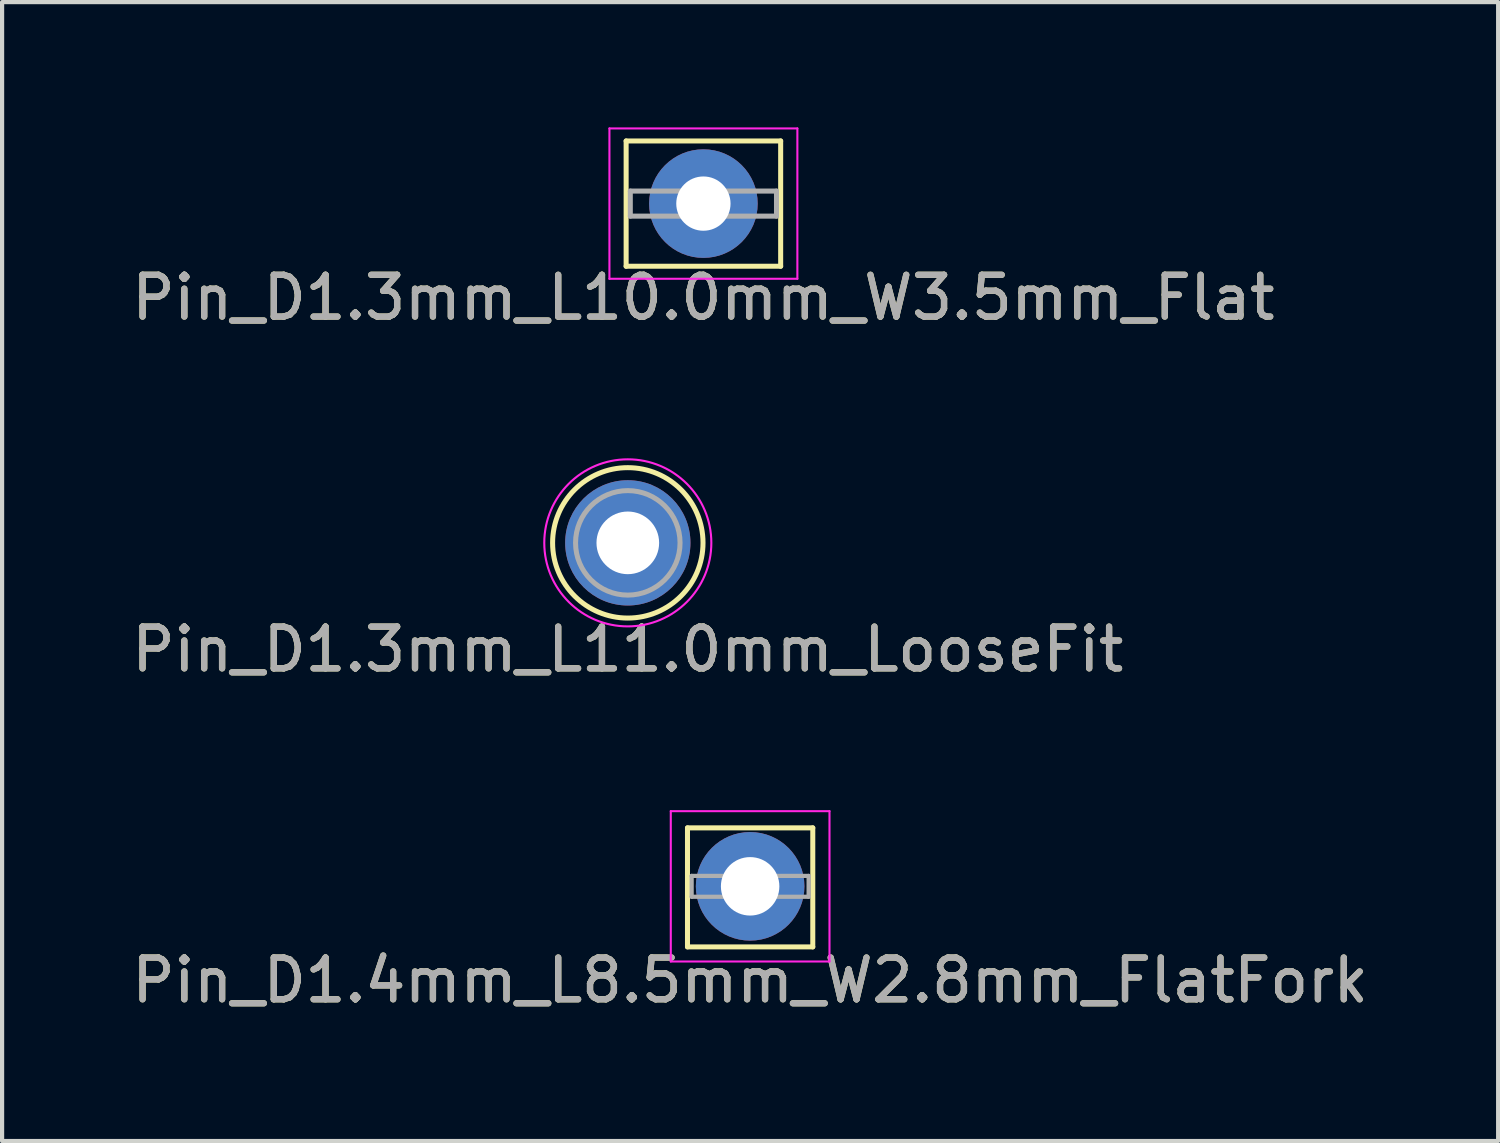
<source format=kicad_pcb>
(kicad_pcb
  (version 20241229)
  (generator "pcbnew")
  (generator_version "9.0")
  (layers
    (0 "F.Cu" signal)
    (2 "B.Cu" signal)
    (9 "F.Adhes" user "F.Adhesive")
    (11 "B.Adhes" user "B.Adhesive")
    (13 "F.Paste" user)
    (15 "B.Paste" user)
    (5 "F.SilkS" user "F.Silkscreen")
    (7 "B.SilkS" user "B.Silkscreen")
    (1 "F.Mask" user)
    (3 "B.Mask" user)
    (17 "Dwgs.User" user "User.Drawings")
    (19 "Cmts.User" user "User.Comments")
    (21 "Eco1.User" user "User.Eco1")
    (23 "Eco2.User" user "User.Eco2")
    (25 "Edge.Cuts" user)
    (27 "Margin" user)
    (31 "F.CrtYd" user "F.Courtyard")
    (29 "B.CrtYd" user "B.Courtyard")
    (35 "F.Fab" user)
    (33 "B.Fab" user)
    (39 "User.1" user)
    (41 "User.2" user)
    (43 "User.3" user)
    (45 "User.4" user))
  (footprint "Pin_D1.4mm_L8.5mm_W2.8mm_FlatFork"
    (layer "F.Cu")
    (at 14.911 18.172)
    (property "Reference" "Pin_D1.4mm_L8.5mm_W2.8mm_FlatFork" (at 0 2.25 0) (layer "F.SilkS") (effects (font (size 1 1) (thickness 0.15))))
    (attr through_hole)
    (fp_line (start -1.5 -1.4) (end -1.5 1.45) (stroke (width 0.12) (type solid)) (layer "F.SilkS"))
    (fp_line (start -1.5 -1.4) (end 1.5 -1.4) (stroke (width 0.12) (type solid)) (layer "F.SilkS"))
    (fp_line (start -1.5 1.45) (end 1.5 1.45) (stroke (width 0.12) (type solid)) (layer "F.SilkS"))
    (fp_line (start 1.5 -1.4) (end 1.5 1.45) (stroke (width 0.12) (type solid)) (layer "F.SilkS"))
    (fp_line (start -1.9 -1.8) (end -1.9 1.8) (stroke (width 0.05) (type solid)) (layer "F.CrtYd"))
    (fp_line (start -1.9 -1.8) (end 1.9 -1.8) (stroke (width 0.05) (type solid)) (layer "F.CrtYd"))
    (fp_line (start 1.9 1.8) (end -1.9 1.8) (stroke (width 0.05) (type solid)) (layer "F.CrtYd"))
    (fp_line (start 1.9 1.8) (end 1.9 -1.8) (stroke (width 0.05) (type solid)) (layer "F.CrtYd"))
    (fp_line (start -1.4 -0.25) (end 1.4 -0.25) (stroke (width 0.1) (type solid)) (layer "F.Fab"))
    (fp_line (start -1.4 0.25) (end -1.4 -0.25) (stroke (width 0.1) (type solid)) (layer "F.Fab"))
    (fp_line (start 1.4 -0.25) (end 1.4 0.25) (stroke (width 0.1) (type solid)) (layer "F.Fab"))
    (fp_line (start 1.4 0.25) (end -1.4 0.25) (stroke (width 0.1) (type solid)) (layer "F.Fab"))
    (fp_text user "${REFERENCE}" (at 0 2.25 0) (layer "F.Fab") (effects (font (size 1 1) (thickness 0.15))))
    (pad "1" thru_hole circle (at 0 0) (size 2.6 2.6) (drill 1.4) (layers "*.Cu" "*.Mask")))
  (footprint "Pin_D1.3mm_L11.0mm_LooseFit"
    (layer "F.Cu")
    (at 11.982 9.948)
    (property "Reference" "Pin_D1.3mm_L11.0mm_LooseFit" (at 0 2.55 0) (layer "F.SilkS") (effects (font (size 1 1) (thickness 0.15))))
    (attr through_hole)
    (fp_circle (center 0 0) (end 1.8 0.05) (stroke (width 0.12) (type solid)) (fill no) (layer "F.SilkS"))
    (fp_circle (center 0 0) (end 2 0) (stroke (width 0.05) (type solid)) (fill no) (layer "F.CrtYd"))
    (fp_circle (center 0 0) (end 0.65 -0.05) (stroke (width 0.12) (type solid)) (fill no) (layer "F.Fab"))
    (fp_circle (center 0 0) (end 1.25 -0.05) (stroke (width 0.12) (type solid)) (fill no) (layer "F.Fab"))
    (fp_text user "${REFERENCE}" (at 0 2.55 0) (layer "F.Fab") (effects (font (size 1 1) (thickness 0.15))))
    (pad "1" thru_hole circle (at 0 0) (size 3 3) (drill 1.5) (layers "*.Cu" "*.Mask")))
  (footprint "Pin_D1.3mm_L10.0mm_W3.5mm_Flat"
    (layer "F.Cu")
    (at 13.792 1.825)
    (property "Reference" "Pin_D1.3mm_L10.0mm_W3.5mm_Flat" (at 0 2.25 0) (layer "F.SilkS") (effects (font (size 1 1) (thickness 0.15))))
    (attr through_hole)
    (fp_line (start -1.85 -1.5) (end -1.85 1.5) (stroke (width 0.12) (type solid)) (layer "F.SilkS"))
    (fp_line (start -1.85 -1.5) (end 1.85 -1.5) (stroke (width 0.12) (type solid)) (layer "F.SilkS"))
    (fp_line (start 1.85 -1.5) (end 1.85 1.5) (stroke (width 0.12) (type solid)) (layer "F.SilkS"))
    (fp_line (start 1.85 1.5) (end -1.85 1.5) (stroke (width 0.12) (type solid)) (layer "F.SilkS"))
    (fp_line (start -2.25 -1.8) (end -2.25 1.8) (stroke (width 0.05) (type solid)) (layer "F.CrtYd"))
    (fp_line (start -2.25 -1.8) (end 2.25 -1.8) (stroke (width 0.05) (type solid)) (layer "F.CrtYd"))
    (fp_line (start 2.25 1.8) (end -2.25 1.8) (stroke (width 0.05) (type solid)) (layer "F.CrtYd"))
    (fp_line (start 2.25 1.8) (end 2.25 -1.8) (stroke (width 0.05) (type solid)) (layer "F.CrtYd"))
    (fp_line (start -1.75 -0.3) (end 1.75 -0.3) (stroke (width 0.12) (type solid)) (layer "F.Fab"))
    (fp_line (start -1.75 0.3) (end -1.75 -0.3) (stroke (width 0.12) (type solid)) (layer "F.Fab"))
    (fp_line (start 1.75 -0.3) (end 1.75 0.3) (stroke (width 0.12) (type solid)) (layer "F.Fab"))
    (fp_line (start 1.75 0.3) (end -1.75 0.3) (stroke (width 0.12) (type solid)) (layer "F.Fab"))
    (fp_text user "${REFERENCE}" (at 0 2.25 0) (layer "F.Fab") (effects (font (size 1 1) (thickness 0.15))))
    (pad "1" thru_hole circle (at 0 0) (size 2.6 2.6) (drill 1.3) (layers "*.Cu" "*.Mask")))
  (gr_rect
    (start -3 -3)
    (end 32.821 24.27)
    (stroke (width 0.1) (type default))
    (fill no)
    (layer "Edge.Cuts")))
</source>
